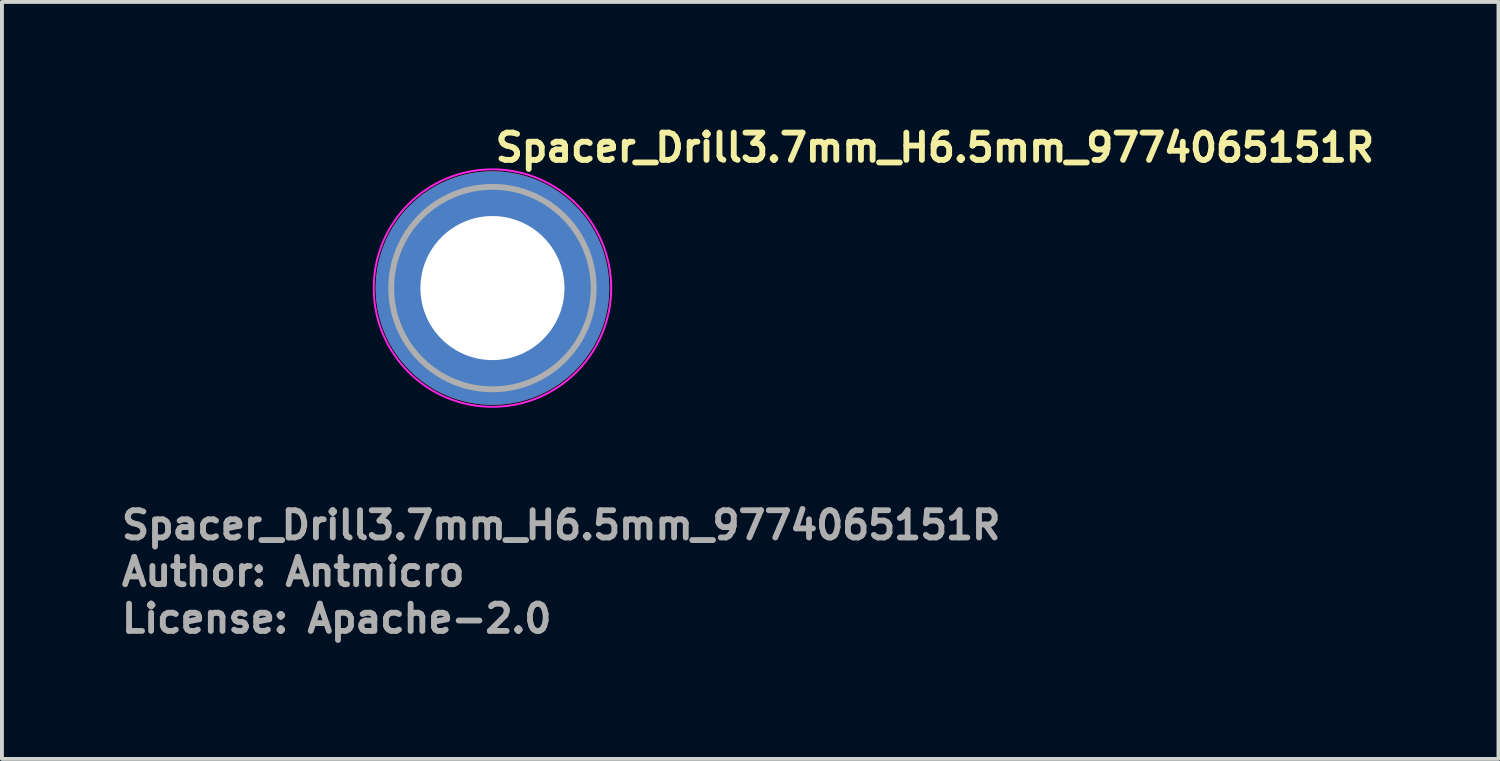
<source format=kicad_pcb>
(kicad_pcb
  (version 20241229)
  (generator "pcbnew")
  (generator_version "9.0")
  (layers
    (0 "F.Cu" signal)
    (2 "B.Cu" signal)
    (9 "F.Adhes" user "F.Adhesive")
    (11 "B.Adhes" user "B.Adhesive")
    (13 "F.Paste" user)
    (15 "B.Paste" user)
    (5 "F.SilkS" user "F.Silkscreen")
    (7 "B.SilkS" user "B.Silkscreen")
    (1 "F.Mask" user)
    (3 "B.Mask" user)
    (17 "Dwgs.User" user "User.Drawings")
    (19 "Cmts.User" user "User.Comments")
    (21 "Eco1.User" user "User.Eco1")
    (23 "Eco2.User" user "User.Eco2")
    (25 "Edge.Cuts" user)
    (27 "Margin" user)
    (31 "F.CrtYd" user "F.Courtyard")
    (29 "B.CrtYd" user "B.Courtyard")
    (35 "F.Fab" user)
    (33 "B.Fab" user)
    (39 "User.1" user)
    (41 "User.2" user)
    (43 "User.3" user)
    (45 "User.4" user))
  (footprint "Spacer_Drill3.7mm_H6.5mm_9774065151R"
    (layer "F.Cu")
    (at 9.6 4.35)
    (property "Reference" "Spacer_Drill3.7mm_H6.5mm_9774065151R" (at 0 -3.2 0) (layer "F.SilkS") (effects (font (size 0.7 0.7) (thickness 0.15)) (justify left bottom)))
    (attr smd)
    (fp_circle (center 0 0) (end 3.05 0) (stroke (width 0.05) (type solid)) (fill no) (layer "F.CrtYd"))
    (fp_circle (center 0 0) (end 2.6 0) (stroke (width 0.15) (type solid)) (fill no) (layer "F.Fab"))
    (fp_circle (center 0 0) (end 2.6 0) (stroke (width 0.1) (type solid)) (fill no) (layer "User.5"))
    (fp_circle (center 0 0) (end 1 0) (stroke (width 0.02) (type default)) (fill no) (layer "User.9"))
    (fp_circle (center 0 0) (end 2.55 0) (stroke (width 0.02) (type default)) (fill no) (layer "User.9"))
    (fp_text user "Author: Antmicro" (at -9.6 7.7 0) (layer "F.Fab") (effects (font (size 0.7 0.7) (thickness 0.15)) (justify left bottom)))
    (fp_text user "${REFERENCE}" (at -9.6 6.5 0) (layer "F.Fab") (effects (font (size 0.7 0.7) (thickness 0.15)) (justify left bottom)))
    (fp_text user "License: Apache-2.0" (at -9.6 8.9 0) (layer "F.Fab") (effects (font (size 0.7 0.7) (thickness 0.15)) (justify left bottom)))
    (pad "" smd custom (at -1.7 -1.7) (size 0.62 0.62) (layers "F.Paste") (options (anchor circle)) (primitives (gr_arc (start -0.250195 1.279127) (mid 0.285453 0.294389) (end 1.266786 -0.24747) (width 0.2)) (gr_arc (start -0.34334 1.279127) (mid 0.218448 0.232561) (end 1.259603 -0.339191) (width 0.2)) (gr_arc (start -0.436309 1.279127) (mid 0.152481 0.169693) (end 1.255279 -0.431435) (width 0.2)) (gr_arc (start -0.529126 1.279127) (mid 0.087542 0.105784) (end 1.253811 -0.524161) (width 0.2)) (gr_arc (start -0.621807 1.279127) (mid 0.0309 0.033527) (end 1.275473 -0.621136) (width 0.2)) (gr_arc (start -0.71437 1.279127) (mid -0.037758 -0.026651) (end 1.263664 -0.711602) (width 0.2)) (gr_arc (start -0.806826 1.279127) (mid -0.105837 -0.087395) (end 1.253435 -0.802342) (width 0.2)) (gr_arc (start -0.899187 1.279127) (mid -0.165236 -0.156885) (end 1.267475 -0.897258) (width 0.2)) (gr_arc (start -0.991463 1.279127) (mid -0.228522 -0.222449) (end 1.270645 -0.990112) (width 0.2)) (gr_arc (start -1.083663 1.279127) (mid -0.294507 -0.285313) (end 1.266278 -1.081674) (width 0.2)) (gr_line (start 1.279 -0.25) (end 1.279 -1.084) (width 0.2)) (gr_line (start -0.25 1.279) (end -1.084 1.279) (width 0.2))))
    (pad "" smd custom (at -1.7 1.7 90) (size 0.62 0.62) (layers "F.Paste") (options (anchor circle)) (primitives (gr_arc (start -0.250195 1.279127) (mid 0.285453 0.294389) (end 1.266786 -0.24747) (width 0.2)) (gr_arc (start -0.34334 1.279127) (mid 0.218448 0.232561) (end 1.259603 -0.339191) (width 0.2)) (gr_arc (start -0.436309 1.279127) (mid 0.152481 0.169693) (end 1.255279 -0.431435) (width 0.2)) (gr_arc (start -0.529126 1.279127) (mid 0.087542 0.105784) (end 1.253811 -0.524161) (width 0.2)) (gr_arc (start -0.621807 1.279127) (mid 0.0309 0.033527) (end 1.275473 -0.621136) (width 0.2)) (gr_arc (start -0.71437 1.279127) (mid -0.037758 -0.026651) (end 1.263664 -0.711602) (width 0.2)) (gr_arc (start -0.806826 1.279127) (mid -0.105837 -0.087395) (end 1.253435 -0.802342) (width 0.2)) (gr_arc (start -0.899187 1.279127) (mid -0.165236 -0.156885) (end 1.267475 -0.897258) (width 0.2)) (gr_arc (start -0.991463 1.279127) (mid -0.228522 -0.222449) (end 1.270645 -0.990112) (width 0.2)) (gr_arc (start -1.083663 1.279127) (mid -0.294507 -0.285313) (end 1.266278 -1.081674) (width 0.2)) (gr_line (start 1.279 -0.25) (end 1.279 -1.084) (width 0.2)) (gr_line (start -0.25 1.279) (end -1.084 1.279) (width 0.2))))
    (pad "" smd custom (at 1.7 -1.7 270) (size 0.62 0.62) (layers "F.Paste") (options (anchor circle)) (primitives (gr_arc (start -0.250195 1.279127) (mid 0.285453 0.294389) (end 1.266786 -0.24747) (width 0.2)) (gr_arc (start -0.34334 1.279127) (mid 0.218448 0.232561) (end 1.259603 -0.339191) (width 0.2)) (gr_arc (start -0.436309 1.279127) (mid 0.152481 0.169693) (end 1.255279 -0.431435) (width 0.2)) (gr_arc (start -0.529126 1.279127) (mid 0.087542 0.105784) (end 1.253811 -0.524161) (width 0.2)) (gr_arc (start -0.621807 1.279127) (mid 0.0309 0.033527) (end 1.275473 -0.621136) (width 0.2)) (gr_arc (start -0.71437 1.279127) (mid -0.037758 -0.026651) (end 1.263664 -0.711602) (width 0.2)) (gr_arc (start -0.806826 1.279127) (mid -0.105837 -0.087395) (end 1.253435 -0.802342) (width 0.2)) (gr_arc (start -0.899187 1.279127) (mid -0.165236 -0.156885) (end 1.267475 -0.897258) (width 0.2)) (gr_arc (start -0.991463 1.279127) (mid -0.228522 -0.222449) (end 1.270645 -0.990112) (width 0.2)) (gr_arc (start -1.083663 1.279127) (mid -0.294507 -0.285313) (end 1.266278 -1.081674) (width 0.2)) (gr_line (start 1.279 -0.25) (end 1.279 -1.084) (width 0.2)) (gr_line (start -0.25 1.279) (end -1.084 1.279) (width 0.2))))
    (pad "" smd custom (at 1.7 1.7 180) (size 0.62 0.62) (layers "F.Paste") (options (anchor circle)) (primitives (gr_arc (start -0.250195 1.279127) (mid 0.285453 0.294389) (end 1.266786 -0.24747) (width 0.2)) (gr_arc (start -0.34334 1.279127) (mid 0.218448 0.232561) (end 1.259603 -0.339191) (width 0.2)) (gr_arc (start -0.436309 1.279127) (mid 0.152481 0.169693) (end 1.255279 -0.431435) (width 0.2)) (gr_arc (start -0.529126 1.279127) (mid 0.087542 0.105784) (end 1.253811 -0.524161) (width 0.2)) (gr_arc (start -0.621807 1.279127) (mid 0.0309 0.033527) (end 1.275473 -0.621136) (width 0.2)) (gr_arc (start -0.71437 1.279127) (mid -0.037758 -0.026651) (end 1.263664 -0.711602) (width 0.2)) (gr_arc (start -0.806826 1.279127) (mid -0.105837 -0.087395) (end 1.253435 -0.802342) (width 0.2)) (gr_arc (start -0.899187 1.279127) (mid -0.165236 -0.156885) (end 1.267475 -0.897258) (width 0.2)) (gr_arc (start -0.991463 1.279127) (mid -0.228522 -0.222449) (end 1.270645 -0.990112) (width 0.2)) (gr_arc (start -1.083663 1.279127) (mid -0.294507 -0.285313) (end 1.266278 -1.081674) (width 0.2)) (gr_line (start 1.279 -0.25) (end 1.279 -1.084) (width 0.2)) (gr_line (start -0.25 1.279) (end -1.084 1.279) (width 0.2))))
    (pad "1" thru_hole circle (at 0 0) (size 6 6) (drill 3.7) (layers "*.Cu" "*.Mask")))
  (gr_rect
    (start -3 -3)
    (end 35.443 16.445)
    (stroke (width 0.1) (type default))
    (fill no)
    (layer "Edge.Cuts")))
</source>
